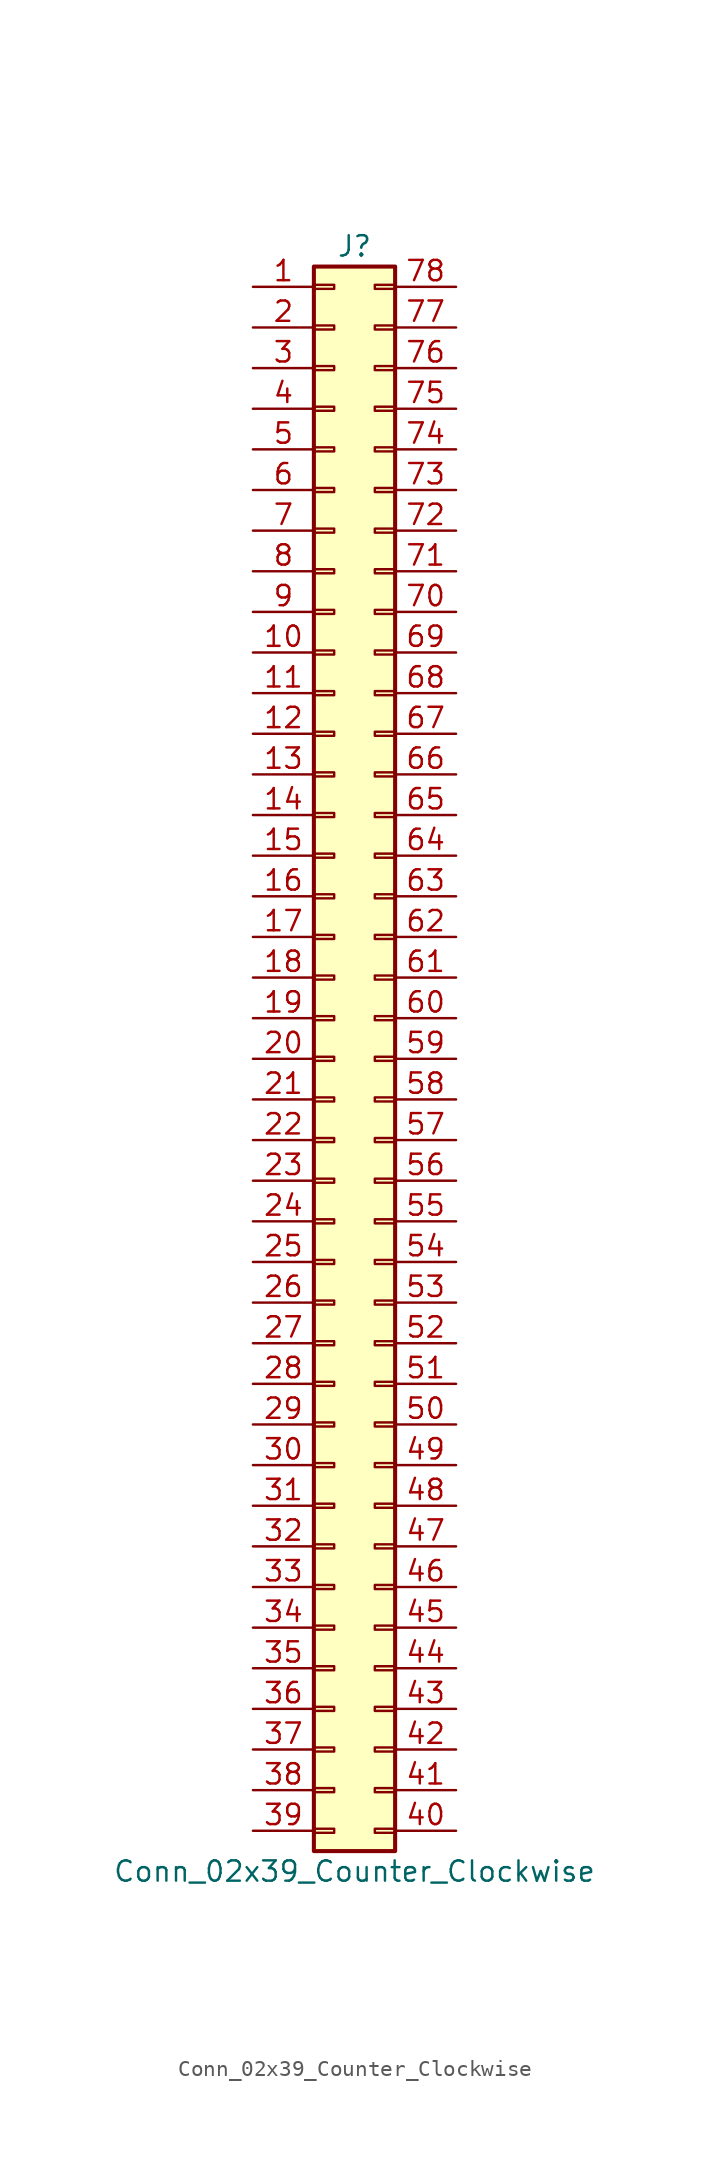
<source format=kicad_sym>
(kicad_symbol_lib
  (version 20220914)
  (generator kicad_symbol_editor)
  (symbol "Conn_02x39_Counter_Clockwise"
    (pin_names
      (offset 1.016) hide)
    (property "Reference" "J"
      (at 1.27 50.8 0)
      (effects (font (size 1.27 1.27))))
    (property "Value" "Conn_02x39_Counter_Clockwise"
      (at 1.27 -50.8 0)
      (effects (font (size 1.27 1.27))))
    (symbol "Conn_02x39_Counter_Clockwise_1_1"
      (rectangle (start -1.27 -48.133) (end 0 -48.387) (stroke (width 0.152) (type solid)) (fill (type none)))
      (rectangle (start -1.27 -45.593) (end 0 -45.847) (stroke (width 0.152) (type solid)) (fill (type none)))
      (rectangle (start -1.27 -43.053) (end 0 -43.307) (stroke (width 0.152) (type solid)) (fill (type none)))
      (rectangle (start -1.27 -40.513) (end 0 -40.767) (stroke (width 0.152) (type solid)) (fill (type none)))
      (rectangle (start -1.27 -37.973) (end 0 -38.227) (stroke (width 0.152) (type solid)) (fill (type none)))
      (rectangle (start -1.27 -35.433) (end 0 -35.687) (stroke (width 0.152) (type solid)) (fill (type none)))
      (rectangle (start -1.27 -32.893) (end 0 -33.147) (stroke (width 0.152) (type solid)) (fill (type none)))
      (rectangle (start -1.27 -30.353) (end 0 -30.607) (stroke (width 0.152) (type solid)) (fill (type none)))
      (rectangle (start -1.27 -27.813) (end 0 -28.067) (stroke (width 0.152) (type solid)) (fill (type none)))
      (rectangle (start -1.27 -25.273) (end 0 -25.527) (stroke (width 0.152) (type solid)) (fill (type none)))
      (rectangle (start -1.27 -22.733) (end 0 -22.987) (stroke (width 0.152) (type solid)) (fill (type none)))
      (rectangle (start -1.27 -20.193) (end 0 -20.447) (stroke (width 0.152) (type solid)) (fill (type none)))
      (rectangle (start -1.27 -17.653) (end 0 -17.907) (stroke (width 0.152) (type solid)) (fill (type none)))
      (rectangle (start -1.27 -15.113) (end 0 -15.367) (stroke (width 0.152) (type solid)) (fill (type none)))
      (rectangle (start -1.27 -12.573) (end 0 -12.827) (stroke (width 0.152) (type solid)) (fill (type none)))
      (rectangle (start -1.27 -10.033) (end 0 -10.287) (stroke (width 0.152) (type solid)) (fill (type none)))
      (rectangle (start -1.27 -7.493) (end 0 -7.747) (stroke (width 0.152) (type solid)) (fill (type none)))
      (rectangle (start -1.27 -4.953) (end 0 -5.207) (stroke (width 0.152) (type solid)) (fill (type none)))
      (rectangle (start -1.27 -2.413) (end 0 -2.667) (stroke (width 0.152) (type solid)) (fill (type none)))
      (rectangle (start -1.27 0.127) (end 0 -0.127) (stroke (width 0.152) (type solid)) (fill (type none)))
      (rectangle (start -1.27 2.667) (end 0 2.413) (stroke (width 0.152) (type solid)) (fill (type none)))
      (rectangle (start -1.27 5.207) (end 0 4.953) (stroke (width 0.152) (type solid)) (fill (type none)))
      (rectangle (start -1.27 7.747) (end 0 7.493) (stroke (width 0.152) (type solid)) (fill (type none)))
      (rectangle (start -1.27 10.287) (end 0 10.033) (stroke (width 0.152) (type solid)) (fill (type none)))
      (rectangle (start -1.27 12.827) (end 0 12.573) (stroke (width 0.152) (type solid)) (fill (type none)))
      (rectangle (start -1.27 15.367) (end 0 15.113) (stroke (width 0.152) (type solid)) (fill (type none)))
      (rectangle (start -1.27 17.907) (end 0 17.653) (stroke (width 0.152) (type solid)) (fill (type none)))
      (rectangle (start -1.27 20.447) (end 0 20.193) (stroke (width 0.152) (type solid)) (fill (type none)))
      (rectangle (start -1.27 22.987) (end 0 22.733) (stroke (width 0.152) (type solid)) (fill (type none)))
      (rectangle (start -1.27 25.527) (end 0 25.273) (stroke (width 0.152) (type solid)) (fill (type none)))
      (rectangle (start -1.27 28.067) (end 0 27.813) (stroke (width 0.152) (type solid)) (fill (type none)))
      (rectangle (start -1.27 30.607) (end 0 30.353) (stroke (width 0.152) (type solid)) (fill (type none)))
      (rectangle (start -1.27 33.147) (end 0 32.893) (stroke (width 0.152) (type solid)) (fill (type none)))
      (rectangle (start -1.27 35.687) (end 0 35.433) (stroke (width 0.152) (type solid)) (fill (type none)))
      (rectangle (start -1.27 38.227) (end 0 37.973) (stroke (width 0.152) (type solid)) (fill (type none)))
      (rectangle (start -1.27 40.767) (end 0 40.513) (stroke (width 0.152) (type solid)) (fill (type none)))
      (rectangle (start -1.27 43.307) (end 0 43.053) (stroke (width 0.152) (type solid)) (fill (type none)))
      (rectangle (start -1.27 45.847) (end 0 45.593) (stroke (width 0.152) (type solid)) (fill (type none)))
      (rectangle (start -1.27 48.387) (end 0 48.133) (stroke (width 0.152) (type solid)) (fill (type none)))
      (rectangle (start -1.27 49.53) (end 3.81 -49.53) (stroke (width 0.254) (type solid)) (fill (type background)))
      (rectangle (start 3.81 -48.133) (end 2.54 -48.387) (stroke (width 0.152) (type solid)) (fill (type none)))
      (rectangle (start 3.81 -45.593) (end 2.54 -45.847) (stroke (width 0.152) (type solid)) (fill (type none)))
      (rectangle (start 3.81 -43.053) (end 2.54 -43.307) (stroke (width 0.152) (type solid)) (fill (type none)))
      (rectangle (start 3.81 -40.513) (end 2.54 -40.767) (stroke (width 0.152) (type solid)) (fill (type none)))
      (rectangle (start 3.81 -37.973) (end 2.54 -38.227) (stroke (width 0.152) (type solid)) (fill (type none)))
      (rectangle (start 3.81 -35.433) (end 2.54 -35.687) (stroke (width 0.152) (type solid)) (fill (type none)))
      (rectangle (start 3.81 -32.893) (end 2.54 -33.147) (stroke (width 0.152) (type solid)) (fill (type none)))
      (rectangle (start 3.81 -30.353) (end 2.54 -30.607) (stroke (width 0.152) (type solid)) (fill (type none)))
      (rectangle (start 3.81 -27.813) (end 2.54 -28.067) (stroke (width 0.152) (type solid)) (fill (type none)))
      (rectangle (start 3.81 -25.273) (end 2.54 -25.527) (stroke (width 0.152) (type solid)) (fill (type none)))
      (rectangle (start 3.81 -22.733) (end 2.54 -22.987) (stroke (width 0.152) (type solid)) (fill (type none)))
      (rectangle (start 3.81 -20.193) (end 2.54 -20.447) (stroke (width 0.152) (type solid)) (fill (type none)))
      (rectangle (start 3.81 -17.653) (end 2.54 -17.907) (stroke (width 0.152) (type solid)) (fill (type none)))
      (rectangle (start 3.81 -15.113) (end 2.54 -15.367) (stroke (width 0.152) (type solid)) (fill (type none)))
      (rectangle (start 3.81 -12.573) (end 2.54 -12.827) (stroke (width 0.152) (type solid)) (fill (type none)))
      (rectangle (start 3.81 -10.033) (end 2.54 -10.287) (stroke (width 0.152) (type solid)) (fill (type none)))
      (rectangle (start 3.81 -7.493) (end 2.54 -7.747) (stroke (width 0.152) (type solid)) (fill (type none)))
      (rectangle (start 3.81 -4.953) (end 2.54 -5.207) (stroke (width 0.152) (type solid)) (fill (type none)))
      (rectangle (start 3.81 -2.413) (end 2.54 -2.667) (stroke (width 0.152) (type solid)) (fill (type none)))
      (rectangle (start 3.81 0.127) (end 2.54 -0.127) (stroke (width 0.152) (type solid)) (fill (type none)))
      (rectangle (start 3.81 2.667) (end 2.54 2.413) (stroke (width 0.152) (type solid)) (fill (type none)))
      (rectangle (start 3.81 5.207) (end 2.54 4.953) (stroke (width 0.152) (type solid)) (fill (type none)))
      (rectangle (start 3.81 7.747) (end 2.54 7.493) (stroke (width 0.152) (type solid)) (fill (type none)))
      (rectangle (start 3.81 10.287) (end 2.54 10.033) (stroke (width 0.152) (type solid)) (fill (type none)))
      (rectangle (start 3.81 12.827) (end 2.54 12.573) (stroke (width 0.152) (type solid)) (fill (type none)))
      (rectangle (start 3.81 15.367) (end 2.54 15.113) (stroke (width 0.152) (type solid)) (fill (type none)))
      (rectangle (start 3.81 17.907) (end 2.54 17.653) (stroke (width 0.152) (type solid)) (fill (type none)))
      (rectangle (start 3.81 20.447) (end 2.54 20.193) (stroke (width 0.152) (type solid)) (fill (type none)))
      (rectangle (start 3.81 22.987) (end 2.54 22.733) (stroke (width 0.152) (type solid)) (fill (type none)))
      (rectangle (start 3.81 25.527) (end 2.54 25.273) (stroke (width 0.152) (type solid)) (fill (type none)))
      (rectangle (start 3.81 28.067) (end 2.54 27.813) (stroke (width 0.152) (type solid)) (fill (type none)))
      (rectangle (start 3.81 30.607) (end 2.54 30.353) (stroke (width 0.152) (type solid)) (fill (type none)))
      (rectangle (start 3.81 33.147) (end 2.54 32.893) (stroke (width 0.152) (type solid)) (fill (type none)))
      (rectangle (start 3.81 35.687) (end 2.54 35.433) (stroke (width 0.152) (type solid)) (fill (type none)))
      (rectangle (start 3.81 38.227) (end 2.54 37.973) (stroke (width 0.152) (type solid)) (fill (type none)))
      (rectangle (start 3.81 40.767) (end 2.54 40.513) (stroke (width 0.152) (type solid)) (fill (type none)))
      (rectangle (start 3.81 43.307) (end 2.54 43.053) (stroke (width 0.152) (type solid)) (fill (type none)))
      (rectangle (start 3.81 45.847) (end 2.54 45.593) (stroke (width 0.152) (type solid)) (fill (type none)))
      (rectangle (start 3.81 48.387) (end 2.54 48.133) (stroke (width 0.152) (type solid)) (fill (type none)))
      (pin passive line (at -5.08 48.26 0) (length 3.81) (name "Pin_1" (effects (font (size 1.27 1.27)))) (number "1" (effects (font (size 1.27 1.27)))))
      (pin passive line (at -5.08 25.4 0) (length 3.81) (name "Pin_10" (effects (font (size 1.27 1.27)))) (number "10" (effects (font (size 1.27 1.27)))))
      (pin passive line (at -5.08 22.86 0) (length 3.81) (name "Pin_11" (effects (font (size 1.27 1.27)))) (number "11" (effects (font (size 1.27 1.27)))))
      (pin passive line (at -5.08 20.32 0) (length 3.81) (name "Pin_12" (effects (font (size 1.27 1.27)))) (number "12" (effects (font (size 1.27 1.27)))))
      (pin passive line (at -5.08 17.78 0) (length 3.81) (name "Pin_13" (effects (font (size 1.27 1.27)))) (number "13" (effects (font (size 1.27 1.27)))))
      (pin passive line (at -5.08 15.24 0) (length 3.81) (name "Pin_14" (effects (font (size 1.27 1.27)))) (number "14" (effects (font (size 1.27 1.27)))))
      (pin passive line (at -5.08 12.7 0) (length 3.81) (name "Pin_15" (effects (font (size 1.27 1.27)))) (number "15" (effects (font (size 1.27 1.27)))))
      (pin passive line (at -5.08 10.16 0) (length 3.81) (name "Pin_16" (effects (font (size 1.27 1.27)))) (number "16" (effects (font (size 1.27 1.27)))))
      (pin passive line (at -5.08 7.62 0) (length 3.81) (name "Pin_17" (effects (font (size 1.27 1.27)))) (number "17" (effects (font (size 1.27 1.27)))))
      (pin passive line (at -5.08 5.08 0) (length 3.81) (name "Pin_18" (effects (font (size 1.27 1.27)))) (number "18" (effects (font (size 1.27 1.27)))))
      (pin passive line (at -5.08 2.54 0) (length 3.81) (name "Pin_19" (effects (font (size 1.27 1.27)))) (number "19" (effects (font (size 1.27 1.27)))))
      (pin passive line (at -5.08 45.72 0) (length 3.81) (name "Pin_2" (effects (font (size 1.27 1.27)))) (number "2" (effects (font (size 1.27 1.27)))))
      (pin passive line (at -5.08 0 0) (length 3.81) (name "Pin_20" (effects (font (size 1.27 1.27)))) (number "20" (effects (font (size 1.27 1.27)))))
      (pin passive line (at -5.08 -2.54 0) (length 3.81) (name "Pin_21" (effects (font (size 1.27 1.27)))) (number "21" (effects (font (size 1.27 1.27)))))
      (pin passive line (at -5.08 -5.08 0) (length 3.81) (name "Pin_22" (effects (font (size 1.27 1.27)))) (number "22" (effects (font (size 1.27 1.27)))))
      (pin passive line (at -5.08 -7.62 0) (length 3.81) (name "Pin_23" (effects (font (size 1.27 1.27)))) (number "23" (effects (font (size 1.27 1.27)))))
      (pin passive line (at -5.08 -10.16 0) (length 3.81) (name "Pin_24" (effects (font (size 1.27 1.27)))) (number "24" (effects (font (size 1.27 1.27)))))
      (pin passive line (at -5.08 -12.7 0) (length 3.81) (name "Pin_25" (effects (font (size 1.27 1.27)))) (number "25" (effects (font (size 1.27 1.27)))))
      (pin passive line (at -5.08 -15.24 0) (length 3.81) (name "Pin_26" (effects (font (size 1.27 1.27)))) (number "26" (effects (font (size 1.27 1.27)))))
      (pin passive line (at -5.08 -17.78 0) (length 3.81) (name "Pin_27" (effects (font (size 1.27 1.27)))) (number "27" (effects (font (size 1.27 1.27)))))
      (pin passive line (at -5.08 -20.32 0) (length 3.81) (name "Pin_28" (effects (font (size 1.27 1.27)))) (number "28" (effects (font (size 1.27 1.27)))))
      (pin passive line (at -5.08 -22.86 0) (length 3.81) (name "Pin_29" (effects (font (size 1.27 1.27)))) (number "29" (effects (font (size 1.27 1.27)))))
      (pin passive line (at -5.08 43.18 0) (length 3.81) (name "Pin_3" (effects (font (size 1.27 1.27)))) (number "3" (effects (font (size 1.27 1.27)))))
      (pin passive line (at -5.08 -25.4 0) (length 3.81) (name "Pin_30" (effects (font (size 1.27 1.27)))) (number "30" (effects (font (size 1.27 1.27)))))
      (pin passive line (at -5.08 -27.94 0) (length 3.81) (name "Pin_31" (effects (font (size 1.27 1.27)))) (number "31" (effects (font (size 1.27 1.27)))))
      (pin passive line (at -5.08 -30.48 0) (length 3.81) (name "Pin_32" (effects (font (size 1.27 1.27)))) (number "32" (effects (font (size 1.27 1.27)))))
      (pin passive line (at -5.08 -33.02 0) (length 3.81) (name "Pin_33" (effects (font (size 1.27 1.27)))) (number "33" (effects (font (size 1.27 1.27)))))
      (pin passive line (at -5.08 -35.56 0) (length 3.81) (name "Pin_34" (effects (font (size 1.27 1.27)))) (number "34" (effects (font (size 1.27 1.27)))))
      (pin passive line (at -5.08 -38.1 0) (length 3.81) (name "Pin_35" (effects (font (size 1.27 1.27)))) (number "35" (effects (font (size 1.27 1.27)))))
      (pin passive line (at -5.08 -40.64 0) (length 3.81) (name "Pin_36" (effects (font (size 1.27 1.27)))) (number "36" (effects (font (size 1.27 1.27)))))
      (pin passive line (at -5.08 -43.18 0) (length 3.81) (name "Pin_37" (effects (font (size 1.27 1.27)))) (number "37" (effects (font (size 1.27 1.27)))))
      (pin passive line (at -5.08 -45.72 0) (length 3.81) (name "Pin_38" (effects (font (size 1.27 1.27)))) (number "38" (effects (font (size 1.27 1.27)))))
      (pin passive line (at -5.08 -48.26 0) (length 3.81) (name "Pin_39" (effects (font (size 1.27 1.27)))) (number "39" (effects (font (size 1.27 1.27)))))
      (pin passive line (at -5.08 40.64 0) (length 3.81) (name "Pin_4" (effects (font (size 1.27 1.27)))) (number "4" (effects (font (size 1.27 1.27)))))
      (pin passive line (at 7.62 -48.26 180) (length 3.81) (name "Pin_40" (effects (font (size 1.27 1.27)))) (number "40" (effects (font (size 1.27 1.27)))))
      (pin passive line (at 7.62 -45.72 180) (length 3.81) (name "Pin_41" (effects (font (size 1.27 1.27)))) (number "41" (effects (font (size 1.27 1.27)))))
      (pin passive line (at 7.62 -43.18 180) (length 3.81) (name "Pin_42" (effects (font (size 1.27 1.27)))) (number "42" (effects (font (size 1.27 1.27)))))
      (pin passive line (at 7.62 -40.64 180) (length 3.81) (name "Pin_43" (effects (font (size 1.27 1.27)))) (number "43" (effects (font (size 1.27 1.27)))))
      (pin passive line (at 7.62 -38.1 180) (length 3.81) (name "Pin_44" (effects (font (size 1.27 1.27)))) (number "44" (effects (font (size 1.27 1.27)))))
      (pin passive line (at 7.62 -35.56 180) (length 3.81) (name "Pin_45" (effects (font (size 1.27 1.27)))) (number "45" (effects (font (size 1.27 1.27)))))
      (pin passive line (at 7.62 -33.02 180) (length 3.81) (name "Pin_46" (effects (font (size 1.27 1.27)))) (number "46" (effects (font (size 1.27 1.27)))))
      (pin passive line (at 7.62 -30.48 180) (length 3.81) (name "Pin_47" (effects (font (size 1.27 1.27)))) (number "47" (effects (font (size 1.27 1.27)))))
      (pin passive line (at 7.62 -27.94 180) (length 3.81) (name "Pin_48" (effects (font (size 1.27 1.27)))) (number "48" (effects (font (size 1.27 1.27)))))
      (pin passive line (at 7.62 -25.4 180) (length 3.81) (name "Pin_49" (effects (font (size 1.27 1.27)))) (number "49" (effects (font (size 1.27 1.27)))))
      (pin passive line (at -5.08 38.1 0) (length 3.81) (name "Pin_5" (effects (font (size 1.27 1.27)))) (number "5" (effects (font (size 1.27 1.27)))))
      (pin passive line (at 7.62 -22.86 180) (length 3.81) (name "Pin_50" (effects (font (size 1.27 1.27)))) (number "50" (effects (font (size 1.27 1.27)))))
      (pin passive line (at 7.62 -20.32 180) (length 3.81) (name "Pin_51" (effects (font (size 1.27 1.27)))) (number "51" (effects (font (size 1.27 1.27)))))
      (pin passive line (at 7.62 -17.78 180) (length 3.81) (name "Pin_52" (effects (font (size 1.27 1.27)))) (number "52" (effects (font (size 1.27 1.27)))))
      (pin passive line (at 7.62 -15.24 180) (length 3.81) (name "Pin_53" (effects (font (size 1.27 1.27)))) (number "53" (effects (font (size 1.27 1.27)))))
      (pin passive line (at 7.62 -12.7 180) (length 3.81) (name "Pin_54" (effects (font (size 1.27 1.27)))) (number "54" (effects (font (size 1.27 1.27)))))
      (pin passive line (at 7.62 -10.16 180) (length 3.81) (name "Pin_55" (effects (font (size 1.27 1.27)))) (number "55" (effects (font (size 1.27 1.27)))))
      (pin passive line (at 7.62 -7.62 180) (length 3.81) (name "Pin_56" (effects (font (size 1.27 1.27)))) (number "56" (effects (font (size 1.27 1.27)))))
      (pin passive line (at 7.62 -5.08 180) (length 3.81) (name "Pin_57" (effects (font (size 1.27 1.27)))) (number "57" (effects (font (size 1.27 1.27)))))
      (pin passive line (at 7.62 -2.54 180) (length 3.81) (name "Pin_58" (effects (font (size 1.27 1.27)))) (number "58" (effects (font (size 1.27 1.27)))))
      (pin passive line (at 7.62 0 180) (length 3.81) (name "Pin_59" (effects (font (size 1.27 1.27)))) (number "59" (effects (font (size 1.27 1.27)))))
      (pin passive line (at -5.08 35.56 0) (length 3.81) (name "Pin_6" (effects (font (size 1.27 1.27)))) (number "6" (effects (font (size 1.27 1.27)))))
      (pin passive line (at 7.62 2.54 180) (length 3.81) (name "Pin_60" (effects (font (size 1.27 1.27)))) (number "60" (effects (font (size 1.27 1.27)))))
      (pin passive line (at 7.62 5.08 180) (length 3.81) (name "Pin_61" (effects (font (size 1.27 1.27)))) (number "61" (effects (font (size 1.27 1.27)))))
      (pin passive line (at 7.62 7.62 180) (length 3.81) (name "Pin_62" (effects (font (size 1.27 1.27)))) (number "62" (effects (font (size 1.27 1.27)))))
      (pin passive line (at 7.62 10.16 180) (length 3.81) (name "Pin_63" (effects (font (size 1.27 1.27)))) (number "63" (effects (font (size 1.27 1.27)))))
      (pin passive line (at 7.62 12.7 180) (length 3.81) (name "Pin_64" (effects (font (size 1.27 1.27)))) (number "64" (effects (font (size 1.27 1.27)))))
      (pin passive line (at 7.62 15.24 180) (length 3.81) (name "Pin_65" (effects (font (size 1.27 1.27)))) (number "65" (effects (font (size 1.27 1.27)))))
      (pin passive line (at 7.62 17.78 180) (length 3.81) (name "Pin_66" (effects (font (size 1.27 1.27)))) (number "66" (effects (font (size 1.27 1.27)))))
      (pin passive line (at 7.62 20.32 180) (length 3.81) (name "Pin_67" (effects (font (size 1.27 1.27)))) (number "67" (effects (font (size 1.27 1.27)))))
      (pin passive line (at 7.62 22.86 180) (length 3.81) (name "Pin_68" (effects (font (size 1.27 1.27)))) (number "68" (effects (font (size 1.27 1.27)))))
      (pin passive line (at 7.62 25.4 180) (length 3.81) (name "Pin_69" (effects (font (size 1.27 1.27)))) (number "69" (effects (font (size 1.27 1.27)))))
      (pin passive line (at -5.08 33.02 0) (length 3.81) (name "Pin_7" (effects (font (size 1.27 1.27)))) (number "7" (effects (font (size 1.27 1.27)))))
      (pin passive line (at 7.62 27.94 180) (length 3.81) (name "Pin_70" (effects (font (size 1.27 1.27)))) (number "70" (effects (font (size 1.27 1.27)))))
      (pin passive line (at 7.62 30.48 180) (length 3.81) (name "Pin_71" (effects (font (size 1.27 1.27)))) (number "71" (effects (font (size 1.27 1.27)))))
      (pin passive line (at 7.62 33.02 180) (length 3.81) (name "Pin_72" (effects (font (size 1.27 1.27)))) (number "72" (effects (font (size 1.27 1.27)))))
      (pin passive line (at 7.62 35.56 180) (length 3.81) (name "Pin_73" (effects (font (size 1.27 1.27)))) (number "73" (effects (font (size 1.27 1.27)))))
      (pin passive line (at 7.62 38.1 180) (length 3.81) (name "Pin_74" (effects (font (size 1.27 1.27)))) (number "74" (effects (font (size 1.27 1.27)))))
      (pin passive line (at 7.62 40.64 180) (length 3.81) (name "Pin_75" (effects (font (size 1.27 1.27)))) (number "75" (effects (font (size 1.27 1.27)))))
      (pin passive line (at 7.62 43.18 180) (length 3.81) (name "Pin_76" (effects (font (size 1.27 1.27)))) (number "76" (effects (font (size 1.27 1.27)))))
      (pin passive line (at 7.62 45.72 180) (length 3.81) (name "Pin_77" (effects (font (size 1.27 1.27)))) (number "77" (effects (font (size 1.27 1.27)))))
      (pin passive line (at 7.62 48.26 180) (length 3.81) (name "Pin_78" (effects (font (size 1.27 1.27)))) (number "78" (effects (font (size 1.27 1.27)))))
      (pin passive line (at -5.08 30.48 0) (length 3.81) (name "Pin_8" (effects (font (size 1.27 1.27)))) (number "8" (effects (font (size 1.27 1.27)))))
      (pin passive line (at -5.08 27.94 0) (length 3.81) (name "Pin_9" (effects (font (size 1.27 1.27)))) (number "9" (effects (font (size 1.27 1.27))))))))
</source>
